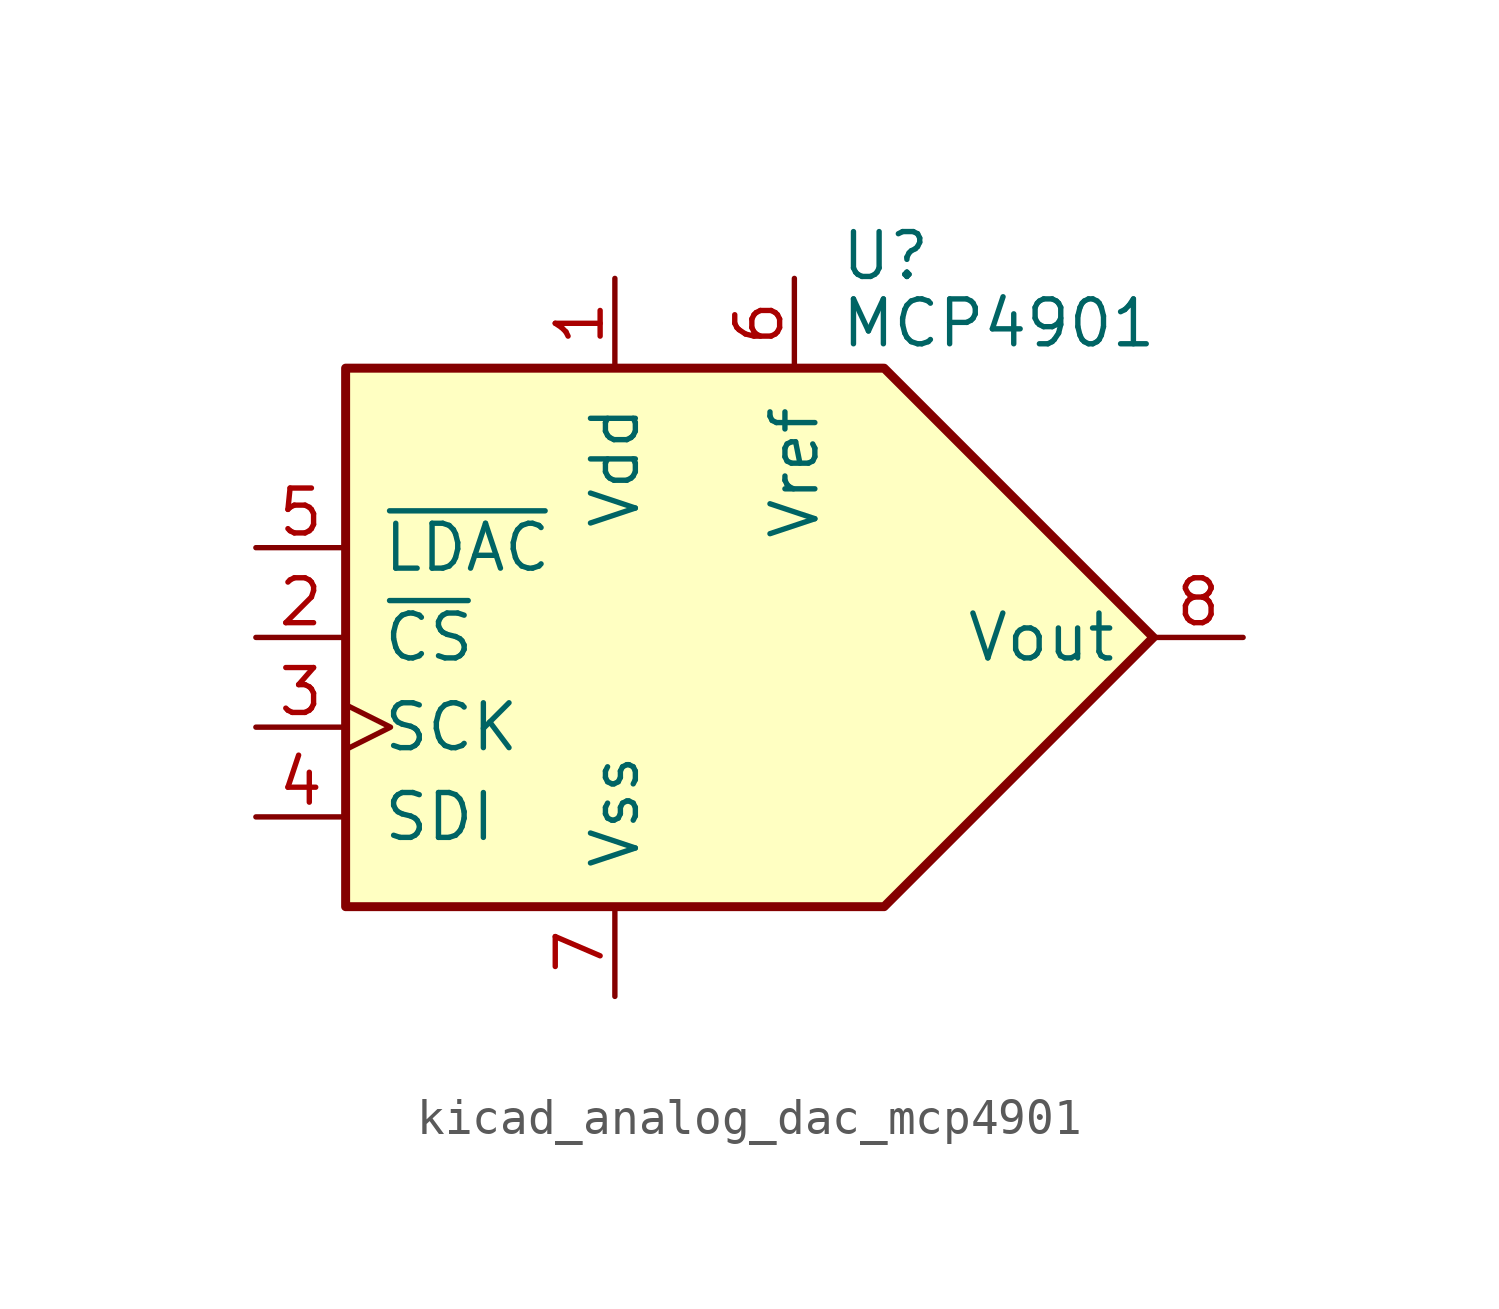
<source format=kicad_sym>
(kicad_symbol_lib
  (version 20220914)
  (generator kicad_symbol_editor)
  (symbol "kicad_analog_dac_mcp4901"
    (pin_names
      (offset 1.016))
    (property "Reference" "U"
      (at 6.35 10.795 0)
      (effects (font (size 1.27 1.27)) (justify left)))
    (property "Value" "MCP4901"
      (at 6.35 8.89 0)
      (effects (font (size 1.27 1.27)) (justify left)))
    (symbol "kicad_analog_dac_mcp4901_0_0"
      (polyline (pts (xy 15.24 0) (xy 7.62 7.62) (xy -7.62 7.62) (xy -7.62 -7.62) (xy 7.62 -7.62) (xy 15.24 0)) (stroke (width 0.254) (type default)) (fill (type background))))
    (symbol "kicad_analog_dac_mcp4901_1_1"
      (pin power_in line (at 0 10.16 270) (length 2.54) (name "Vdd" (effects (font (size 1.27 1.27)))) (number "1" (effects (font (size 1.27 1.27)))))
      (pin input line (at -10.16 0 0) (length 2.54) (name "~{CS}" (effects (font (size 1.27 1.27)))) (number "2" (effects (font (size 1.27 1.27)))))
      (pin input clock (at -10.16 -2.54 0) (length 2.54) (name "SCK" (effects (font (size 1.27 1.27)))) (number "3" (effects (font (size 1.27 1.27)))))
      (pin input line (at -10.16 -5.08 0) (length 2.54) (name "SDI" (effects (font (size 1.27 1.27)))) (number "4" (effects (font (size 1.27 1.27)))))
      (pin input line (at -10.16 2.54 0) (length 2.54) (name "~{LDAC}" (effects (font (size 1.27 1.27)))) (number "5" (effects (font (size 1.27 1.27)))))
      (pin power_in line (at 5.08 10.16 270) (length 2.54) (name "Vref" (effects (font (size 1.27 1.27)))) (number "6" (effects (font (size 1.27 1.27)))))
      (pin power_in line (at 0 -10.16 90) (length 2.54) (name "Vss" (effects (font (size 1.27 1.27)))) (number "7" (effects (font (size 1.27 1.27)))))
      (pin output line (at 17.78 0 180) (length 2.54) (name "Vout" (effects (font (size 1.27 1.27)))) (number "8" (effects (font (size 1.27 1.27))))))))
</source>
